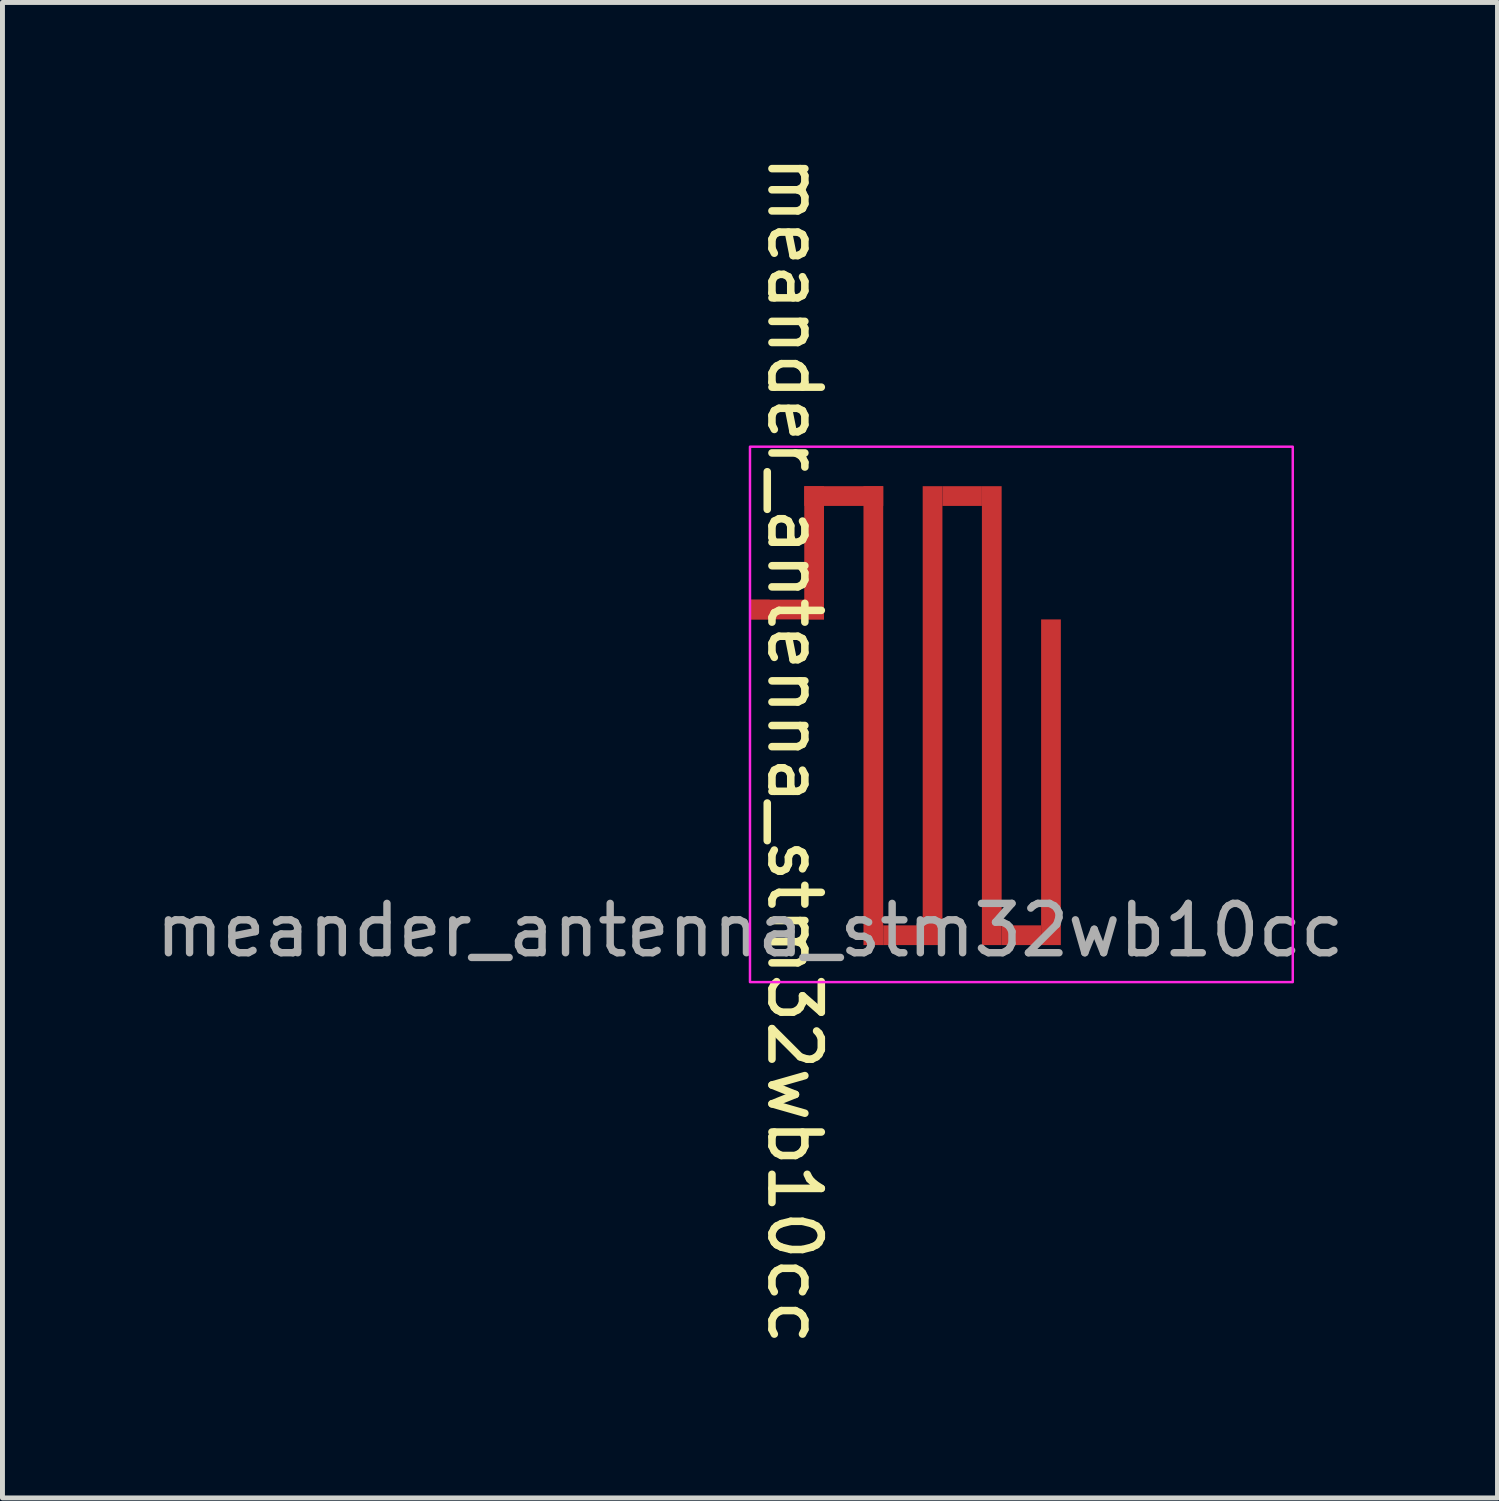
<source format=kicad_pcb>
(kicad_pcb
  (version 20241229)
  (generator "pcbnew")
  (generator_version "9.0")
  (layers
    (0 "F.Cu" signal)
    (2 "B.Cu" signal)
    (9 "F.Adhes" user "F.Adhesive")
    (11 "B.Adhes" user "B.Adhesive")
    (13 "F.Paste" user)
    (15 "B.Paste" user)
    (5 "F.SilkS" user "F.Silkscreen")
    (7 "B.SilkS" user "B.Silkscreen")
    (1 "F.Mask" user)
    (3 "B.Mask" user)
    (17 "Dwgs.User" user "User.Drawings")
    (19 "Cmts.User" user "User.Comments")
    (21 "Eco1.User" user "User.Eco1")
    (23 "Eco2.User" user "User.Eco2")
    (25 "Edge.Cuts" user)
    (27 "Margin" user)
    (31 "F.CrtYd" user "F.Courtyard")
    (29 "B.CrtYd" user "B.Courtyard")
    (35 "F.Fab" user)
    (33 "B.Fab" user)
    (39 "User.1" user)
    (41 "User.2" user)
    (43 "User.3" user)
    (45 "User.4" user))
  (footprint "meander_antenna_stm32wb10cc"
    (layer "F.Cu")
    (at 12.149 9.353)
    (property "Reference" "meander_antenna_stm32wb10cc" (at 0.9 2.8 270) (unlocked yes) (layer "F.SilkS") (effects (font (size 1 1) (thickness 0.153))))
    (attr smd)
    (fp_rect (start 0 -0.25) (end 1.5 0.15) (stroke (width 0) (type solid)) (fill yes) (layer "F.Cu"))
    (fp_rect (start 1.1 -2.55) (end 1.5 0.15) (stroke (width 0) (type solid)) (fill yes) (layer "F.Cu"))
    (fp_rect (start 1.1 -2.55) (end 2.7 -2.15) (stroke (width 0) (type solid)) (fill yes) (layer "F.Cu"))
    (fp_rect (start 2.3 -2.55) (end 2.7 6.75) (stroke (width 0) (type solid)) (fill yes) (layer "F.Cu"))
    (fp_rect (start 2.7 6.35) (end 3.5 6.75) (stroke (width 0) (type solid)) (fill yes) (layer "F.Cu"))
    (fp_rect (start 3.5 -2.55) (end 3.9 6.75) (stroke (width 0) (type solid)) (fill yes) (layer "F.Cu"))
    (fp_rect (start 3.9 -2.55) (end 4.7 -2.15) (stroke (width 0) (type solid)) (fill yes) (layer "F.Cu"))
    (fp_rect (start 4.7 -2.55) (end 5.1 6.75) (stroke (width 0) (type solid)) (fill yes) (layer "F.Cu"))
    (fp_rect (start 5.1 6.35) (end 5.9 6.75) (stroke (width 0) (type solid)) (fill yes) (layer "F.Cu"))
    (fp_rect (start 5.9 0.15) (end 6.3 6.75) (stroke (width 0) (type solid)) (fill yes) (layer "F.Cu"))
    (fp_rect (start 0 -3.35) (end 11 7.5) (stroke (width 0.05) (type default)) (fill no) (layer "F.CrtYd"))
    (fp_text user "${REFERENCE}" (at 0 6.45 0) (unlocked yes) (layer "F.Fab") (effects (font (size 1 1) (thickness 0.15))))
    (pad "1" connect rect (at 0.2 -0.05 90) (size 0.4 0.4) (layers "F.Cu"))
    (zone (net_name "") (layer "B.Cu") (name "no_gnd_plane") (hatch edge 0.5) (connect_pads) (min_thickness 0.25) (filled_areas_thickness no) (keepout (tracks not_allowed) (vias not_allowed) (pads not_allowed) (copperpour not_allowed) (footprints not_allowed)) (placement (enabled no)) (fill) (polygon (pts (xy 12.149 6.003) (xy 23.149 6.003) (xy 23.149 16.903) (xy 12.149 16.903)))))
  (gr_rect
    (start -3 -3)
    (end 27.298 27.307)
    (stroke (width 0.1) (type default))
    (fill no)
    (layer "Edge.Cuts")))
</source>
